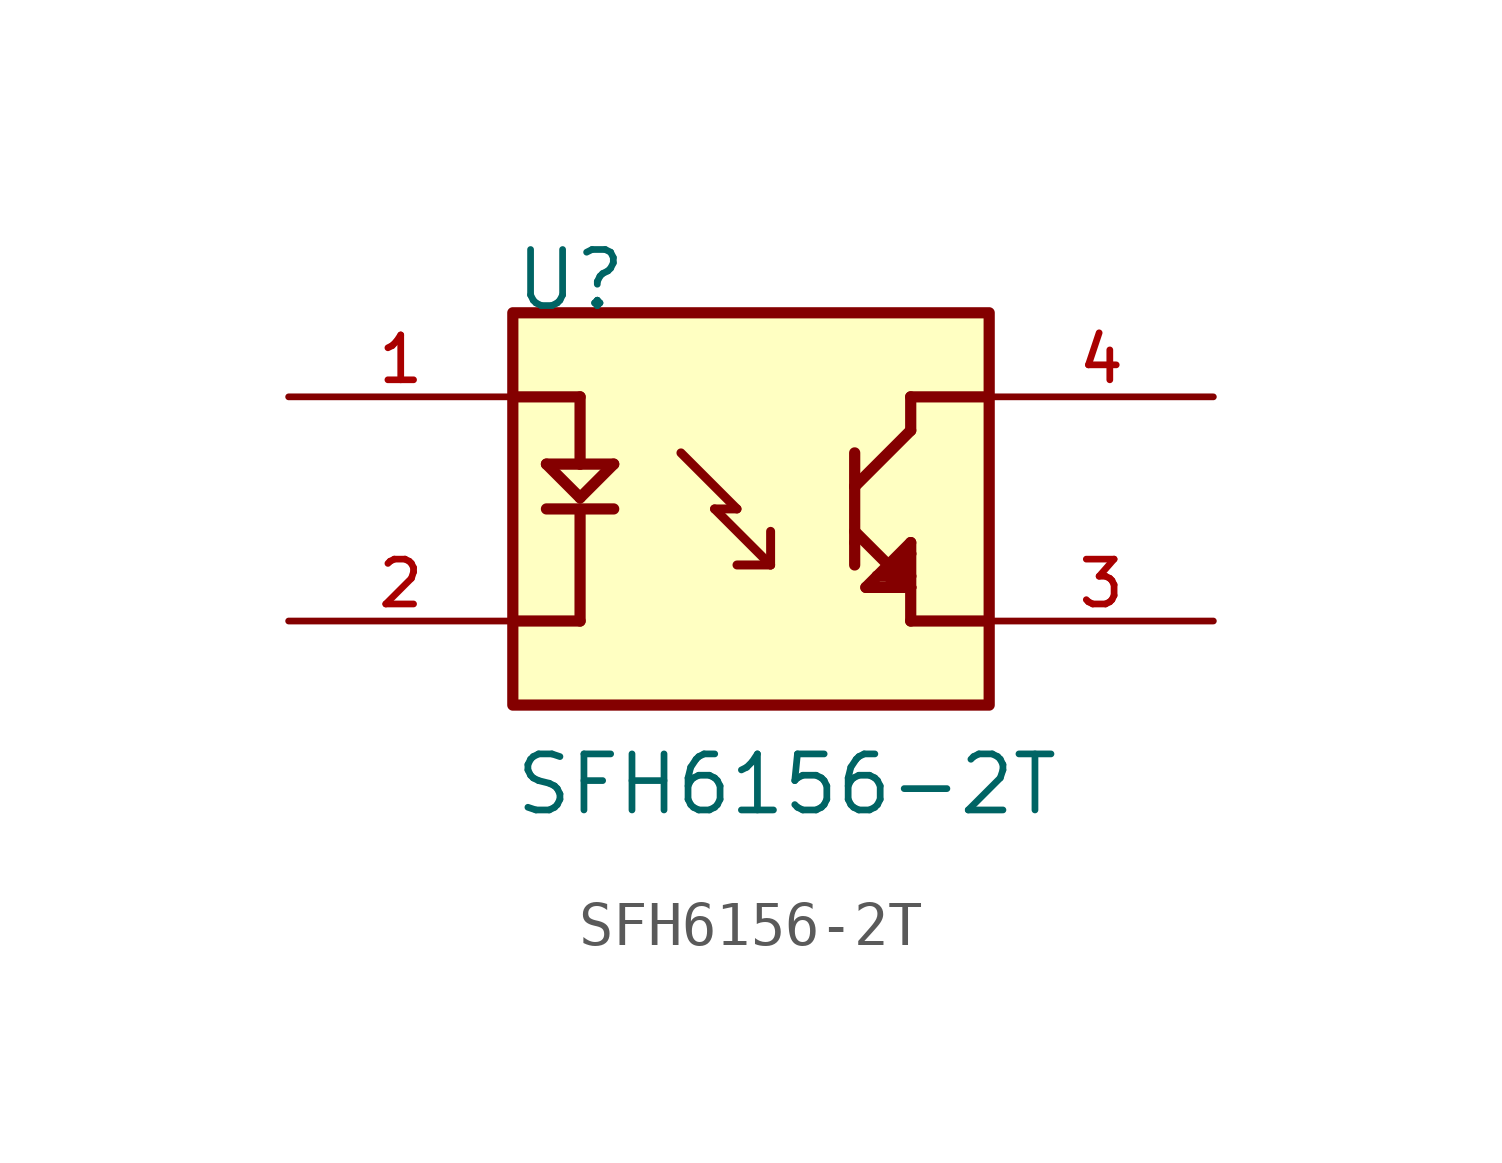
<source format=kicad_sym>
(kicad_symbol_lib
  (version 20211014)
  (generator kicad_symbol_editor)
  (symbol "SFH6156-2T"
    (pin_names
      (offset 1.016))
    (property "Reference" "U"
      (at -5.08 5.715 0)
      (effects (font (size 1.27 1.27)) (justify left bottom)))
    (property "Value" "SFH6156-2T"
      (at -5.08 -5.715 0)
      (effects (font (size 1.27 1.27)) (justify left bottom)))
    (symbol "SFH6156-2T_0_0"
      (rectangle (start -5.08 5.715) (end 5.715 -3.175) (stroke (width 0.254) (type default) (color 0 0 0 0)) (fill (type background)))
      (polyline (pts (xy -5.08 3.81) (xy -3.556 3.81)) (stroke (width 0.254) (type default) (color 0 0 0 0)) (fill (type none)))
      (polyline (pts (xy -4.318 1.27) (xy -2.794 1.27)) (stroke (width 0.254) (type default) (color 0 0 0 0)) (fill (type none)))
      (polyline (pts (xy -4.318 2.286) (xy -3.556 1.524)) (stroke (width 0.254) (type default) (color 0 0 0 0)) (fill (type none)))
      (polyline (pts (xy -3.556 -1.27) (xy -5.08 -1.27)) (stroke (width 0.254) (type default) (color 0 0 0 0)) (fill (type none)))
      (polyline (pts (xy -3.556 1.27) (xy -3.556 -1.27)) (stroke (width 0.254) (type default) (color 0 0 0 0)) (fill (type none)))
      (polyline (pts (xy -3.556 1.524) (xy -2.794 2.286)) (stroke (width 0.254) (type default) (color 0 0 0 0)) (fill (type none)))
      (polyline (pts (xy -3.556 2.286) (xy -4.318 2.286)) (stroke (width 0.254) (type default) (color 0 0 0 0)) (fill (type none)))
      (polyline (pts (xy -3.556 2.286) (xy -2.794 2.286)) (stroke (width 0.254) (type default) (color 0 0 0 0)) (fill (type none)))
      (polyline (pts (xy -3.556 3.81) (xy -3.556 2.286)) (stroke (width 0.254) (type default) (color 0 0 0 0)) (fill (type none)))
      (polyline (pts (xy -1.27 2.54) (xy 0 1.27)) (stroke (width 0.203) (type default) (color 0 0 0 0)) (fill (type none)))
      (polyline (pts (xy -0.508 1.27) (xy 0.762 0)) (stroke (width 0.203) (type default) (color 0 0 0 0)) (fill (type none)))
      (polyline (pts (xy 0 1.27) (xy -0.508 1.27)) (stroke (width 0.203) (type default) (color 0 0 0 0)) (fill (type none)))
      (polyline (pts (xy 0.762 0) (xy 0 0)) (stroke (width 0.203) (type default) (color 0 0 0 0)) (fill (type none)))
      (polyline (pts (xy 0.762 0) (xy 0.762 0.762)) (stroke (width 0.203) (type default) (color 0 0 0 0)) (fill (type none)))
      (polyline (pts (xy 2.667 0.508) (xy 2.667 0)) (stroke (width 0.254) (type default) (color 0 0 0 0)) (fill (type none)))
      (polyline (pts (xy 2.667 0.762) (xy 3.937 -0.508)) (stroke (width 0.254) (type default) (color 0 0 0 0)) (fill (type none)))
      (polyline (pts (xy 2.667 1.778) (xy 2.667 0.508)) (stroke (width 0.254) (type default) (color 0 0 0 0)) (fill (type none)))
      (polyline (pts (xy 2.667 1.778) (xy 2.667 2.54)) (stroke (width 0.254) (type default) (color 0 0 0 0)) (fill (type none)))
      (polyline (pts (xy 2.921 -0.508) (xy 3.683 -0.508)) (stroke (width 0.254) (type default) (color 0 0 0 0)) (fill (type none)))
      (polyline (pts (xy 3.175 -0.254) (xy 2.921 -0.508)) (stroke (width 0.254) (type default) (color 0 0 0 0)) (fill (type none)))
      (polyline (pts (xy 3.175 -0.254) (xy 3.429 -0.254)) (stroke (width 0.254) (type default) (color 0 0 0 0)) (fill (type none)))
      (polyline (pts (xy 3.429 -0.254) (xy 3.683 -0.508)) (stroke (width 0.254) (type default) (color 0 0 0 0)) (fill (type none)))
      (polyline (pts (xy 3.683 -0.508) (xy 3.683 0)) (stroke (width 0.254) (type default) (color 0 0 0 0)) (fill (type none)))
      (polyline (pts (xy 3.683 -0.508) (xy 3.937 -0.508)) (stroke (width 0.254) (type default) (color 0 0 0 0)) (fill (type none)))
      (polyline (pts (xy 3.683 0) (xy 3.429 -0.254)) (stroke (width 0.254) (type default) (color 0 0 0 0)) (fill (type none)))
      (polyline (pts (xy 3.683 0) (xy 3.937 0.254)) (stroke (width 0.254) (type default) (color 0 0 0 0)) (fill (type none)))
      (polyline (pts (xy 3.937 -1.27) (xy 3.937 -0.508)) (stroke (width 0.254) (type default) (color 0 0 0 0)) (fill (type none)))
      (polyline (pts (xy 3.937 -1.27) (xy 5.715 -1.27)) (stroke (width 0.254) (type default) (color 0 0 0 0)) (fill (type none)))
      (polyline (pts (xy 3.937 -0.508) (xy 3.937 -0.254)) (stroke (width 0.254) (type default) (color 0 0 0 0)) (fill (type none)))
      (polyline (pts (xy 3.937 -0.254) (xy 3.683 0)) (stroke (width 0.254) (type default) (color 0 0 0 0)) (fill (type none)))
      (polyline (pts (xy 3.937 -0.254) (xy 3.937 0.254)) (stroke (width 0.254) (type default) (color 0 0 0 0)) (fill (type none)))
      (polyline (pts (xy 3.937 0.254) (xy 3.937 0.508)) (stroke (width 0.254) (type default) (color 0 0 0 0)) (fill (type none)))
      (polyline (pts (xy 3.937 0.508) (xy 3.175 -0.254)) (stroke (width 0.254) (type default) (color 0 0 0 0)) (fill (type none)))
      (polyline (pts (xy 3.937 3.048) (xy 2.667 1.778)) (stroke (width 0.254) (type default) (color 0 0 0 0)) (fill (type none)))
      (polyline (pts (xy 3.937 3.81) (xy 3.937 3.048)) (stroke (width 0.254) (type default) (color 0 0 0 0)) (fill (type none)))
      (polyline (pts (xy 5.715 3.81) (xy 3.937 3.81)) (stroke (width 0.254) (type default) (color 0 0 0 0)) (fill (type none)))
      (pin passive line (at -10.16 3.81 0) (length 5.08) (name "~" (effects (font (size 1.016 1.016)))) (number "1" (effects (font (size 1.016 1.016)))))
      (pin passive line (at -10.16 -1.27 0) (length 5.08) (name "~" (effects (font (size 1.016 1.016)))) (number "2" (effects (font (size 1.016 1.016)))))
      (pin passive line (at 10.795 -1.27 180) (length 5.08) (name "~" (effects (font (size 1.016 1.016)))) (number "3" (effects (font (size 1.016 1.016)))))
      (pin passive line (at 10.795 3.81 180) (length 5.08) (name "~" (effects (font (size 1.016 1.016)))) (number "4" (effects (font (size 1.016 1.016))))))))
</source>
